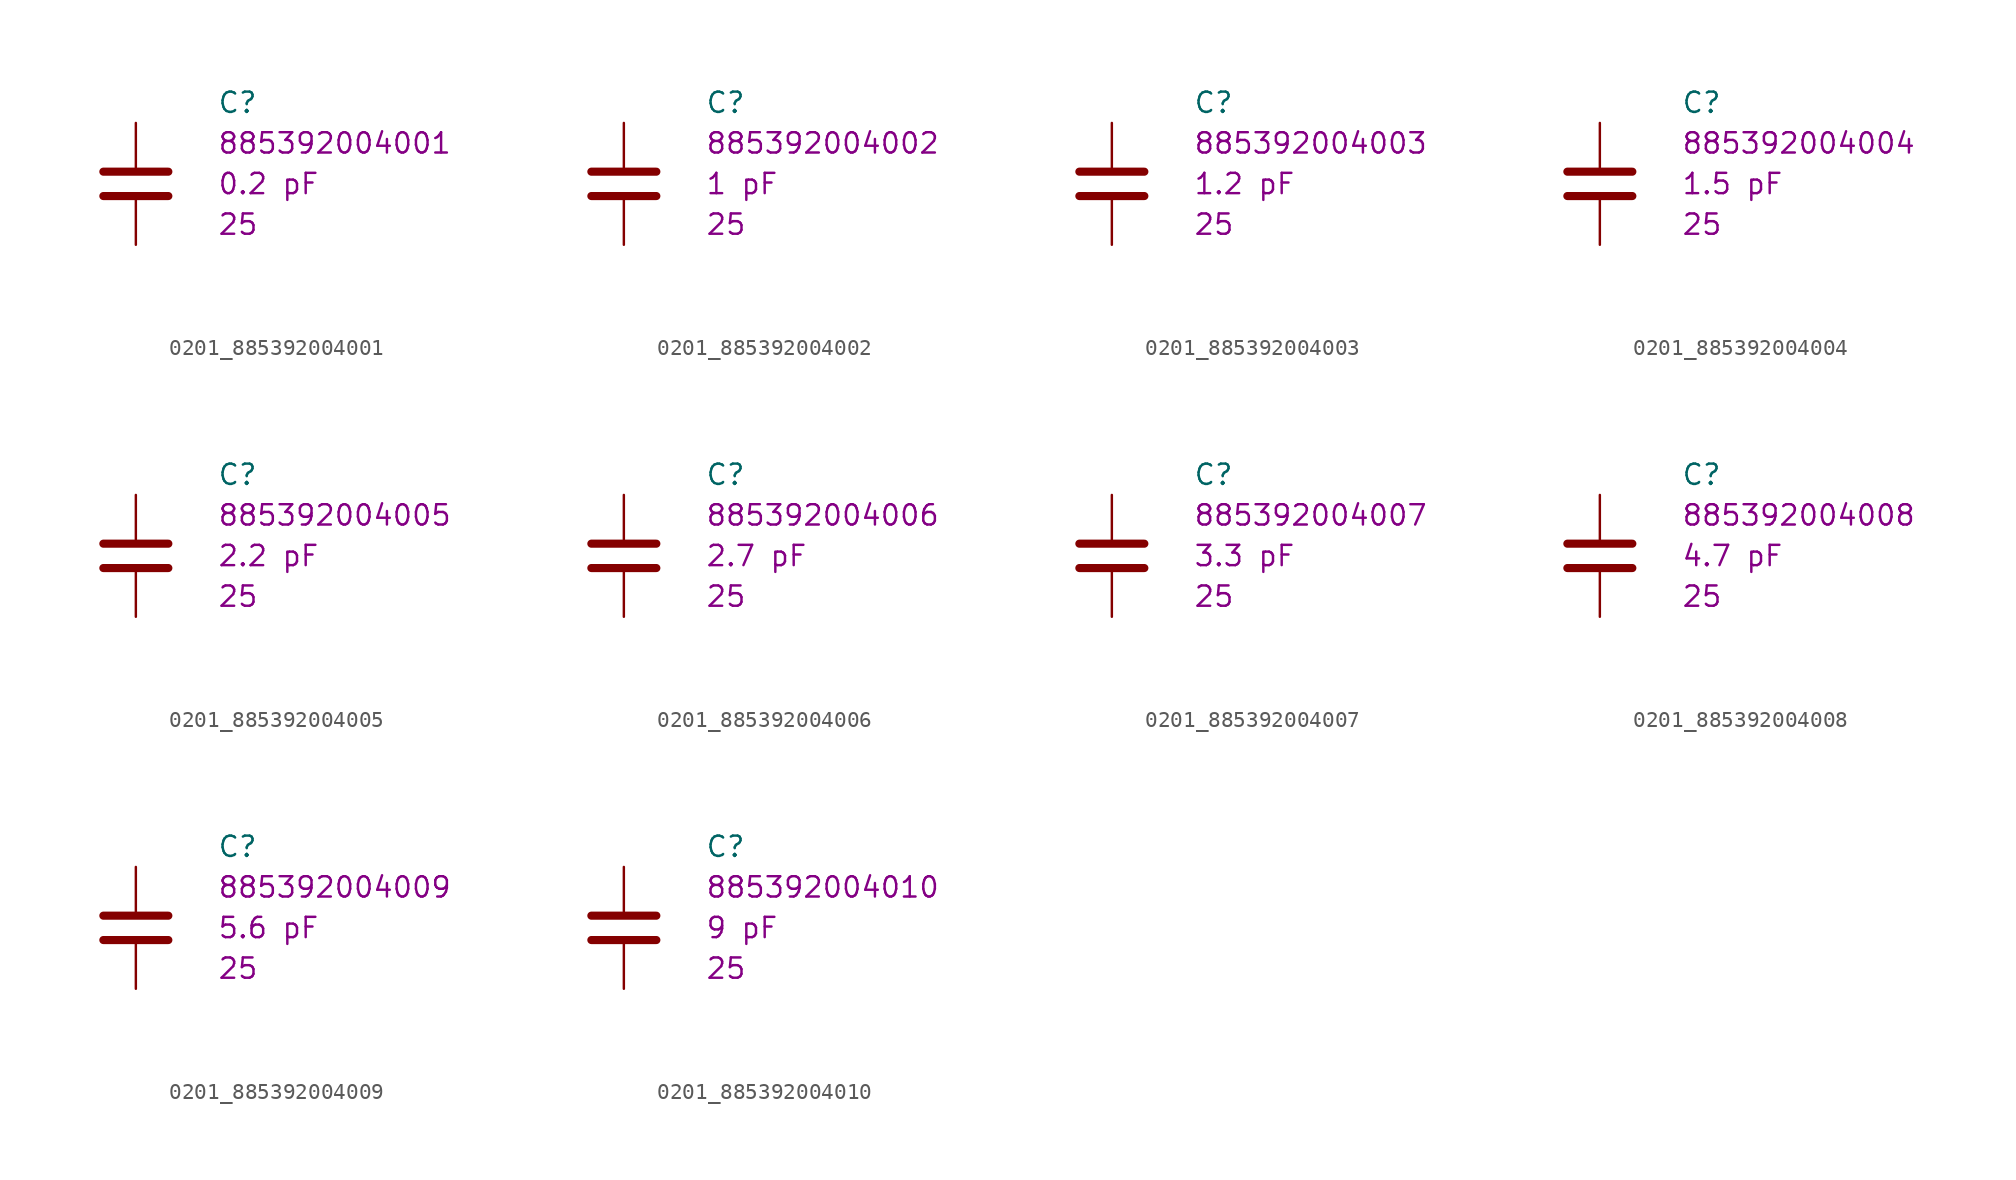
<source format=kicad_sym>
(kicad_symbol_lib
  (version 20220914)
  (generator kicad_symbol_editor)
  (symbol "0201_885392004001"
    (pin_numbers hide)
    (pin_names hide)
    (property "Reference" "C"
      (at 5.08 5.08 0)
      (effects (font (size 1.27 1.27)) (justify left)))
    (property "Part Number" "885392004001"
      (at 5.08 2.54 0)
      (effects (font (size 1.27 1.27)) (justify left)))
    (property "Capacitance" "0.2 pF"
      (at 5.08 0 0)
      (effects (font (size 1.27 1.27)) (justify left)))
    (property "Voltage" "25"
      (at 5.08 -2.54 0)
      (effects (font (size 1.27 1.27)) (justify left)))
    (property "Critical Parameter" ""
      (at 0 -7.62 0)
      (effects (font (size 1.27 1.27))))
    (symbol "0201_885392004001_0_1"
      (polyline (pts (xy -2.032 -0.762) (xy 2.032 -0.762)) (stroke (width 0.508) (type default)) (fill (type none)))
      (polyline (pts (xy -2.032 0.762) (xy 2.032 0.762)) (stroke (width 0.508) (type default)) (fill (type none))))
    (symbol "0201_885392004001_1_1"
      (pin passive line (at 0 3.81 270) (length 2.794) (name "1" (effects (font (size 1.27 1.27)))) (number "1" (effects (font (size 1.27 1.27)))))
      (pin passive line (at 0 -3.81 90) (length 2.794) (name "2" (effects (font (size 1.27 1.27)))) (number "2" (effects (font (size 1.27 1.27)))))))
  (symbol "0201_885392004002"
    (pin_numbers hide)
    (pin_names hide)
    (property "Reference" "C"
      (at 5.08 5.08 0)
      (effects (font (size 1.27 1.27)) (justify left)))
    (property "Part Number" "885392004002"
      (at 5.08 2.54 0)
      (effects (font (size 1.27 1.27)) (justify left)))
    (property "Capacitance" "1 pF"
      (at 5.08 0 0)
      (effects (font (size 1.27 1.27)) (justify left)))
    (property "Voltage" "25"
      (at 5.08 -2.54 0)
      (effects (font (size 1.27 1.27)) (justify left)))
    (property "Critical Parameter" ""
      (at 0 -7.62 0)
      (effects (font (size 1.27 1.27))))
    (symbol "0201_885392004002_0_1"
      (polyline (pts (xy -2.032 -0.762) (xy 2.032 -0.762)) (stroke (width 0.508) (type default)) (fill (type none)))
      (polyline (pts (xy -2.032 0.762) (xy 2.032 0.762)) (stroke (width 0.508) (type default)) (fill (type none))))
    (symbol "0201_885392004002_1_1"
      (pin passive line (at 0 3.81 270) (length 2.794) (name "1" (effects (font (size 1.27 1.27)))) (number "1" (effects (font (size 1.27 1.27)))))
      (pin passive line (at 0 -3.81 90) (length 2.794) (name "2" (effects (font (size 1.27 1.27)))) (number "2" (effects (font (size 1.27 1.27)))))))
  (symbol "0201_885392004003"
    (pin_numbers hide)
    (pin_names hide)
    (property "Reference" "C"
      (at 5.08 5.08 0)
      (effects (font (size 1.27 1.27)) (justify left)))
    (property "Part Number" "885392004003"
      (at 5.08 2.54 0)
      (effects (font (size 1.27 1.27)) (justify left)))
    (property "Capacitance" "1.2 pF"
      (at 5.08 0 0)
      (effects (font (size 1.27 1.27)) (justify left)))
    (property "Voltage" "25"
      (at 5.08 -2.54 0)
      (effects (font (size 1.27 1.27)) (justify left)))
    (property "Critical Parameter" ""
      (at 0 -7.62 0)
      (effects (font (size 1.27 1.27))))
    (symbol "0201_885392004003_0_1"
      (polyline (pts (xy -2.032 -0.762) (xy 2.032 -0.762)) (stroke (width 0.508) (type default)) (fill (type none)))
      (polyline (pts (xy -2.032 0.762) (xy 2.032 0.762)) (stroke (width 0.508) (type default)) (fill (type none))))
    (symbol "0201_885392004003_1_1"
      (pin passive line (at 0 3.81 270) (length 2.794) (name "1" (effects (font (size 1.27 1.27)))) (number "1" (effects (font (size 1.27 1.27)))))
      (pin passive line (at 0 -3.81 90) (length 2.794) (name "2" (effects (font (size 1.27 1.27)))) (number "2" (effects (font (size 1.27 1.27)))))))
  (symbol "0201_885392004004"
    (pin_numbers hide)
    (pin_names hide)
    (property "Reference" "C"
      (at 5.08 5.08 0)
      (effects (font (size 1.27 1.27)) (justify left)))
    (property "Part Number" "885392004004"
      (at 5.08 2.54 0)
      (effects (font (size 1.27 1.27)) (justify left)))
    (property "Capacitance" "1.5 pF"
      (at 5.08 0 0)
      (effects (font (size 1.27 1.27)) (justify left)))
    (property "Voltage" "25"
      (at 5.08 -2.54 0)
      (effects (font (size 1.27 1.27)) (justify left)))
    (property "Critical Parameter" ""
      (at 0 -7.62 0)
      (effects (font (size 1.27 1.27))))
    (symbol "0201_885392004004_0_1"
      (polyline (pts (xy -2.032 -0.762) (xy 2.032 -0.762)) (stroke (width 0.508) (type default)) (fill (type none)))
      (polyline (pts (xy -2.032 0.762) (xy 2.032 0.762)) (stroke (width 0.508) (type default)) (fill (type none))))
    (symbol "0201_885392004004_1_1"
      (pin passive line (at 0 3.81 270) (length 2.794) (name "1" (effects (font (size 1.27 1.27)))) (number "1" (effects (font (size 1.27 1.27)))))
      (pin passive line (at 0 -3.81 90) (length 2.794) (name "2" (effects (font (size 1.27 1.27)))) (number "2" (effects (font (size 1.27 1.27)))))))
  (symbol "0201_885392004005"
    (pin_numbers hide)
    (pin_names hide)
    (property "Reference" "C"
      (at 5.08 5.08 0)
      (effects (font (size 1.27 1.27)) (justify left)))
    (property "Part Number" "885392004005"
      (at 5.08 2.54 0)
      (effects (font (size 1.27 1.27)) (justify left)))
    (property "Capacitance" "2.2 pF"
      (at 5.08 0 0)
      (effects (font (size 1.27 1.27)) (justify left)))
    (property "Voltage" "25"
      (at 5.08 -2.54 0)
      (effects (font (size 1.27 1.27)) (justify left)))
    (property "Critical Parameter" ""
      (at 0 -7.62 0)
      (effects (font (size 1.27 1.27))))
    (symbol "0201_885392004005_0_1"
      (polyline (pts (xy -2.032 -0.762) (xy 2.032 -0.762)) (stroke (width 0.508) (type default)) (fill (type none)))
      (polyline (pts (xy -2.032 0.762) (xy 2.032 0.762)) (stroke (width 0.508) (type default)) (fill (type none))))
    (symbol "0201_885392004005_1_1"
      (pin passive line (at 0 3.81 270) (length 2.794) (name "1" (effects (font (size 1.27 1.27)))) (number "1" (effects (font (size 1.27 1.27)))))
      (pin passive line (at 0 -3.81 90) (length 2.794) (name "2" (effects (font (size 1.27 1.27)))) (number "2" (effects (font (size 1.27 1.27)))))))
  (symbol "0201_885392004006"
    (pin_numbers hide)
    (pin_names hide)
    (property "Reference" "C"
      (at 5.08 5.08 0)
      (effects (font (size 1.27 1.27)) (justify left)))
    (property "Part Number" "885392004006"
      (at 5.08 2.54 0)
      (effects (font (size 1.27 1.27)) (justify left)))
    (property "Capacitance" "2.7 pF"
      (at 5.08 0 0)
      (effects (font (size 1.27 1.27)) (justify left)))
    (property "Voltage" "25"
      (at 5.08 -2.54 0)
      (effects (font (size 1.27 1.27)) (justify left)))
    (property "Critical Parameter" ""
      (at 0 -7.62 0)
      (effects (font (size 1.27 1.27))))
    (symbol "0201_885392004006_0_1"
      (polyline (pts (xy -2.032 -0.762) (xy 2.032 -0.762)) (stroke (width 0.508) (type default)) (fill (type none)))
      (polyline (pts (xy -2.032 0.762) (xy 2.032 0.762)) (stroke (width 0.508) (type default)) (fill (type none))))
    (symbol "0201_885392004006_1_1"
      (pin passive line (at 0 3.81 270) (length 2.794) (name "1" (effects (font (size 1.27 1.27)))) (number "1" (effects (font (size 1.27 1.27)))))
      (pin passive line (at 0 -3.81 90) (length 2.794) (name "2" (effects (font (size 1.27 1.27)))) (number "2" (effects (font (size 1.27 1.27)))))))
  (symbol "0201_885392004007"
    (pin_numbers hide)
    (pin_names hide)
    (property "Reference" "C"
      (at 5.08 5.08 0)
      (effects (font (size 1.27 1.27)) (justify left)))
    (property "Part Number" "885392004007"
      (at 5.08 2.54 0)
      (effects (font (size 1.27 1.27)) (justify left)))
    (property "Capacitance" "3.3 pF"
      (at 5.08 0 0)
      (effects (font (size 1.27 1.27)) (justify left)))
    (property "Voltage" "25"
      (at 5.08 -2.54 0)
      (effects (font (size 1.27 1.27)) (justify left)))
    (property "Critical Parameter" ""
      (at 0 -7.62 0)
      (effects (font (size 1.27 1.27))))
    (symbol "0201_885392004007_0_1"
      (polyline (pts (xy -2.032 -0.762) (xy 2.032 -0.762)) (stroke (width 0.508) (type default)) (fill (type none)))
      (polyline (pts (xy -2.032 0.762) (xy 2.032 0.762)) (stroke (width 0.508) (type default)) (fill (type none))))
    (symbol "0201_885392004007_1_1"
      (pin passive line (at 0 3.81 270) (length 2.794) (name "1" (effects (font (size 1.27 1.27)))) (number "1" (effects (font (size 1.27 1.27)))))
      (pin passive line (at 0 -3.81 90) (length 2.794) (name "2" (effects (font (size 1.27 1.27)))) (number "2" (effects (font (size 1.27 1.27)))))))
  (symbol "0201_885392004008"
    (pin_numbers hide)
    (pin_names hide)
    (property "Reference" "C"
      (at 5.08 5.08 0)
      (effects (font (size 1.27 1.27)) (justify left)))
    (property "Part Number" "885392004008"
      (at 5.08 2.54 0)
      (effects (font (size 1.27 1.27)) (justify left)))
    (property "Capacitance" "4.7 pF"
      (at 5.08 0 0)
      (effects (font (size 1.27 1.27)) (justify left)))
    (property "Voltage" "25"
      (at 5.08 -2.54 0)
      (effects (font (size 1.27 1.27)) (justify left)))
    (property "Critical Parameter" ""
      (at 0 -7.62 0)
      (effects (font (size 1.27 1.27))))
    (symbol "0201_885392004008_0_1"
      (polyline (pts (xy -2.032 -0.762) (xy 2.032 -0.762)) (stroke (width 0.508) (type default)) (fill (type none)))
      (polyline (pts (xy -2.032 0.762) (xy 2.032 0.762)) (stroke (width 0.508) (type default)) (fill (type none))))
    (symbol "0201_885392004008_1_1"
      (pin passive line (at 0 3.81 270) (length 2.794) (name "1" (effects (font (size 1.27 1.27)))) (number "1" (effects (font (size 1.27 1.27)))))
      (pin passive line (at 0 -3.81 90) (length 2.794) (name "2" (effects (font (size 1.27 1.27)))) (number "2" (effects (font (size 1.27 1.27)))))))
  (symbol "0201_885392004009"
    (pin_numbers hide)
    (pin_names hide)
    (property "Reference" "C"
      (at 5.08 5.08 0)
      (effects (font (size 1.27 1.27)) (justify left)))
    (property "Part Number" "885392004009"
      (at 5.08 2.54 0)
      (effects (font (size 1.27 1.27)) (justify left)))
    (property "Capacitance" "5.6 pF"
      (at 5.08 0 0)
      (effects (font (size 1.27 1.27)) (justify left)))
    (property "Voltage" "25"
      (at 5.08 -2.54 0)
      (effects (font (size 1.27 1.27)) (justify left)))
    (property "Critical Parameter" ""
      (at 0 -7.62 0)
      (effects (font (size 1.27 1.27))))
    (symbol "0201_885392004009_0_1"
      (polyline (pts (xy -2.032 -0.762) (xy 2.032 -0.762)) (stroke (width 0.508) (type default)) (fill (type none)))
      (polyline (pts (xy -2.032 0.762) (xy 2.032 0.762)) (stroke (width 0.508) (type default)) (fill (type none))))
    (symbol "0201_885392004009_1_1"
      (pin passive line (at 0 3.81 270) (length 2.794) (name "1" (effects (font (size 1.27 1.27)))) (number "1" (effects (font (size 1.27 1.27)))))
      (pin passive line (at 0 -3.81 90) (length 2.794) (name "2" (effects (font (size 1.27 1.27)))) (number "2" (effects (font (size 1.27 1.27)))))))
  (symbol "0201_885392004010"
    (pin_numbers hide)
    (pin_names hide)
    (property "Reference" "C"
      (at 5.08 5.08 0)
      (effects (font (size 1.27 1.27)) (justify left)))
    (property "Part Number" "885392004010"
      (at 5.08 2.54 0)
      (effects (font (size 1.27 1.27)) (justify left)))
    (property "Capacitance" "9 pF"
      (at 5.08 0 0)
      (effects (font (size 1.27 1.27)) (justify left)))
    (property "Voltage" "25"
      (at 5.08 -2.54 0)
      (effects (font (size 1.27 1.27)) (justify left)))
    (property "Critical Parameter" ""
      (at 0 -7.62 0)
      (effects (font (size 1.27 1.27))))
    (symbol "0201_885392004010_0_1"
      (polyline (pts (xy -2.032 -0.762) (xy 2.032 -0.762)) (stroke (width 0.508) (type default)) (fill (type none)))
      (polyline (pts (xy -2.032 0.762) (xy 2.032 0.762)) (stroke (width 0.508) (type default)) (fill (type none))))
    (symbol "0201_885392004010_1_1"
      (pin passive line (at 0 3.81 270) (length 2.794) (name "1" (effects (font (size 1.27 1.27)))) (number "1" (effects (font (size 1.27 1.27)))))
      (pin passive line (at 0 -3.81 90) (length 2.794) (name "2" (effects (font (size 1.27 1.27)))) (number "2" (effects (font (size 1.27 1.27))))))))
</source>
